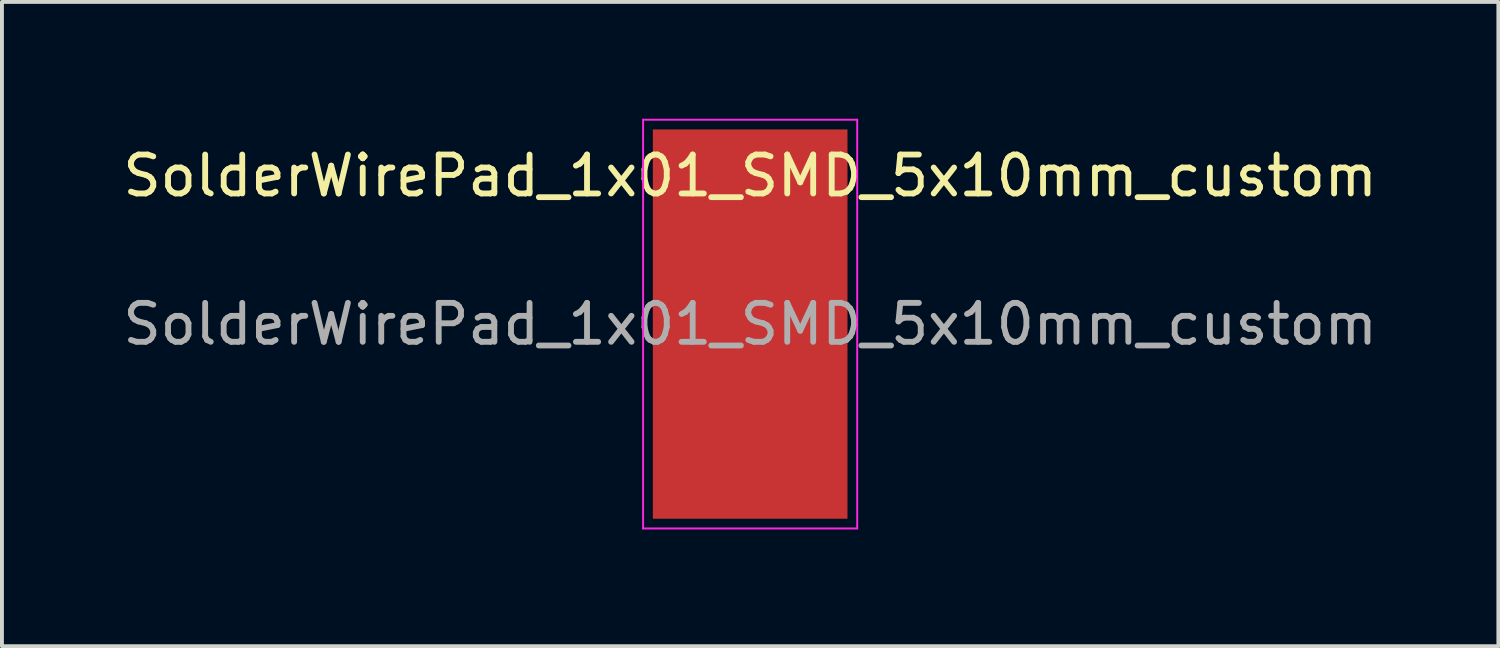
<source format=kicad_pcb>
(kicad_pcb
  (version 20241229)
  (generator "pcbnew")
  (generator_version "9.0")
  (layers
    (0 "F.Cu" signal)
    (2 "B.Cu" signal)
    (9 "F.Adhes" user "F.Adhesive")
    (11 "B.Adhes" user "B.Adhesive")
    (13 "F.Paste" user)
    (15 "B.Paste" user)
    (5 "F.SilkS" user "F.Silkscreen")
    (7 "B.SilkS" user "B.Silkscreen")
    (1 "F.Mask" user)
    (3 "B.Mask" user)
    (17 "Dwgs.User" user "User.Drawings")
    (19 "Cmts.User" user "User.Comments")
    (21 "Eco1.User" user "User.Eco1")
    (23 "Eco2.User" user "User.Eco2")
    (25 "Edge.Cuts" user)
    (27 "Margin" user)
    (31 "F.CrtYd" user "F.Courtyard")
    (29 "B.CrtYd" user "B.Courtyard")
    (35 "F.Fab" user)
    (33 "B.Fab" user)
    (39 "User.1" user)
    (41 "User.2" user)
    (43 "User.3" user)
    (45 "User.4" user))
  (footprint "SolderWirePad_1x01_SMD_5x10mm_custom"
    (layer "F.Cu")
    (at 16.22 5.275)
    (property "Reference" "SolderWirePad_1x01_SMD_5x10mm_custom" (at 0 -3.81 0) (layer "F.SilkS") (effects (font (size 1 1) (thickness 0.15))))
    (attr smd exclude_from_pos_files exclude_from_bom)
    (fp_line (start -2.75 -5.25) (end -2.75 5.25) (stroke (width 0.05) (type solid)) (layer "F.CrtYd"))
    (fp_line (start -2.75 5.25) (end 2.75 5.25) (stroke (width 0.05) (type solid)) (layer "F.CrtYd"))
    (fp_line (start 2.75 -5.25) (end -2.75 -5.25) (stroke (width 0.05) (type solid)) (layer "F.CrtYd"))
    (fp_line (start 2.75 5.25) (end 2.75 -5.25) (stroke (width 0.05) (type solid)) (layer "F.CrtYd"))
    (fp_text user "${REFERENCE}" (at 0 0 0) (layer "F.Fab") (effects (font (size 1 1) (thickness 0.15))))
    (pad "1" smd rect (at 0 0) (size 5 10) (layers "F.Cu" "F.Mask" "F.Paste")))
  (gr_rect
    (start -3 -3)
    (end 35.44 13.55)
    (stroke (width 0.1) (type default))
    (fill no)
    (layer "Edge.Cuts")))
</source>
